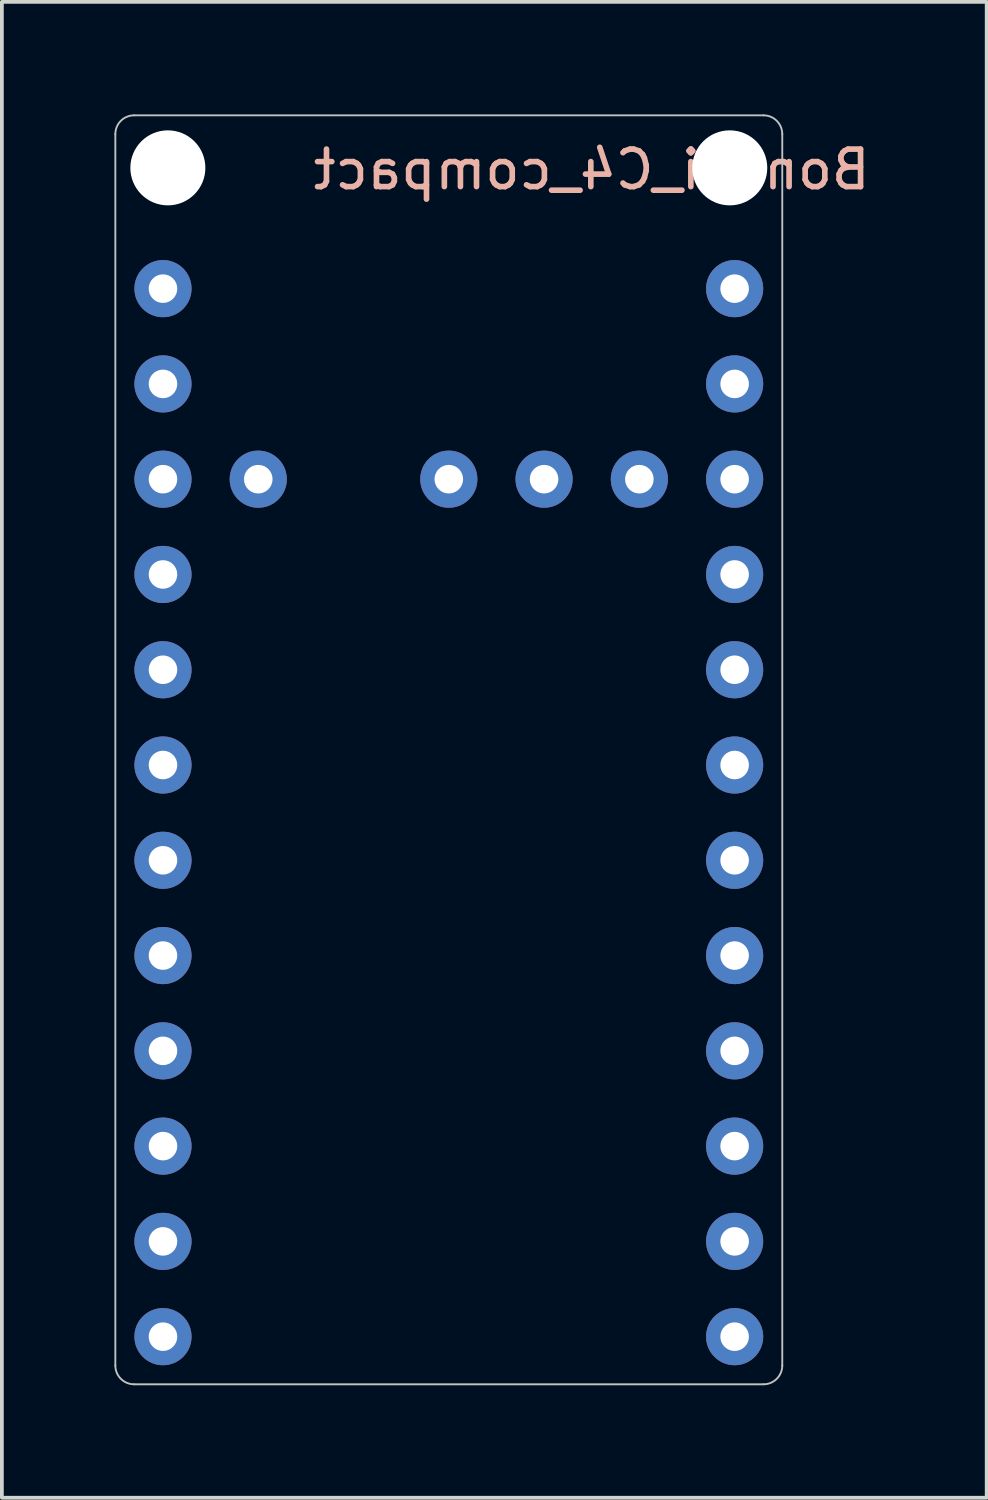
<source format=kicad_pcb>
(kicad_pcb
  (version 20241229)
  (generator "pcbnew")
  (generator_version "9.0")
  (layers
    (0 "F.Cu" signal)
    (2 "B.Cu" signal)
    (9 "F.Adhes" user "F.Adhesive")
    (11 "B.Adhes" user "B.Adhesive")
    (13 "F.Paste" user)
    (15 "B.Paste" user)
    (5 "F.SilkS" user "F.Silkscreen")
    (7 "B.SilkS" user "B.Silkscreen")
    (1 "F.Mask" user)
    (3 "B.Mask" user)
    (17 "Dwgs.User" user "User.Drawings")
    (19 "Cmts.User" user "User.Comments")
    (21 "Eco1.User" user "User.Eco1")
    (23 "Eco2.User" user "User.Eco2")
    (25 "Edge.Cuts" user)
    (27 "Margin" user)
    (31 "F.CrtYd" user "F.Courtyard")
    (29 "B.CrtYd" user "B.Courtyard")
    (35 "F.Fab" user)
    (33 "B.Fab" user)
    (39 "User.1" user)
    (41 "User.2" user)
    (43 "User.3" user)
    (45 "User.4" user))
  (footprint "Bonsai_C4_compact"
    (layer "F.Cu")
    (at 6.375 4.645)
    (property "Reference" "Bonsai_C4_compact" (at 6.35 -3.175 0) (layer "B.SilkS") (effects (font (size 1 1) (thickness 0.15)) (justify mirror)))
    (attr through_hole)
    (fp_line (start -6.35 28.71) (end -6.35 -4.12) (stroke (width 0.05) (type solid)) (layer "Dwgs.User"))
    (fp_line (start -5.85 -4.62) (end 10.93 -4.62) (stroke (width 0.05) (type solid)) (layer "Dwgs.User"))
    (fp_line (start -5.85 29.21) (end 10.93 29.21) (stroke (width 0.05) (type solid)) (layer "Dwgs.User"))
    (fp_line (start 11.43 -4.12) (end 11.43 28.71) (stroke (width 0.05) (type solid)) (layer "Dwgs.User"))
    (fp_arc (start -6.35 -4.12) (mid -6.203553 -4.473553) (end -5.85 -4.62) (stroke (width 0.05) (type solid)) (layer "Dwgs.User"))
    (fp_arc (start -5.85 29.21) (mid -6.203553 29.063553) (end -6.35 28.71) (stroke (width 0.05) (type solid)) (layer "Dwgs.User"))
    (fp_arc (start 10.93 -4.62) (mid 11.283553 -4.473553) (end 11.43 -4.12) (stroke (width 0.05) (type solid)) (layer "Dwgs.User"))
    (fp_arc (start 11.43 28.71) (mid 11.283553 29.063553) (end 10.93 29.21) (stroke (width 0.05) (type solid)) (layer "Dwgs.User"))
    (pad "" np_thru_hole circle (at -4.95 -3.22) (size 2 2) (drill 2) (layers "*.Cu" "*.Mask"))
    (pad "" np_thru_hole circle (at 10.03 -3.22) (size 2 2) (drill 2) (layers "*.Cu" "*.Mask"))
    (pad "1" thru_hole circle (at 10.16 0) (size 1.524 1.524) (drill 0.762) (layers "*.Cu" "*.Mask"))
    (pad "2" thru_hole circle (at 10.16 2.54) (size 1.524 1.524) (drill 0.762) (layers "*.Cu" "*.Mask"))
    (pad "3" thru_hole circle (at 10.16 5.08) (size 1.524 1.524) (drill 0.762) (layers "*.Cu" "*.Mask"))
    (pad "4" thru_hole circle (at 10.16 7.62) (size 1.524 1.524) (drill 0.762) (layers "*.Cu" "*.Mask"))
    (pad "5" thru_hole circle (at 10.16 10.16) (size 1.524 1.524) (drill 0.762) (layers "*.Cu" "*.Mask"))
    (pad "6" thru_hole circle (at 10.16 12.7) (size 1.524 1.524) (drill 0.762) (layers "*.Cu" "*.Mask"))
    (pad "7" thru_hole circle (at 10.16 15.24) (size 1.524 1.524) (drill 0.762) (layers "*.Cu" "*.Mask"))
    (pad "8" thru_hole circle (at 10.16 17.78) (size 1.524 1.524) (drill 0.762) (layers "*.Cu" "*.Mask"))
    (pad "9" thru_hole circle (at 10.16 20.32) (size 1.524 1.524) (drill 0.762) (layers "*.Cu" "*.Mask"))
    (pad "10" thru_hole circle (at 10.16 22.86) (size 1.524 1.524) (drill 0.762) (layers "*.Cu" "*.Mask"))
    (pad "11" thru_hole circle (at 10.16 25.4) (size 1.524 1.524) (drill 0.762) (layers "*.Cu" "*.Mask"))
    (pad "12" thru_hole circle (at 10.16 27.94) (size 1.524 1.524) (drill 0.762) (layers "*.Cu" "*.Mask"))
    (pad "13" thru_hole circle (at 7.62 5.08) (size 1.524 1.524) (drill 0.762) (layers "*.Cu" "*.Mask"))
    (pad "14" thru_hole circle (at 5.08 5.08) (size 1.524 1.524) (drill 0.762) (layers "*.Cu" "*.Mask"))
    (pad "15" thru_hole circle (at 2.54 5.08) (size 1.524 1.524) (drill 0.762) (layers "*.Cu" "*.Mask"))
    (pad "16" thru_hole circle (at -2.54 5.08) (size 1.524 1.524) (drill 0.762) (layers "*.Cu" "*.Mask"))
    (pad "17" thru_hole circle (at -5.08 0) (size 1.524 1.524) (drill 0.762) (layers "*.Cu" "*.Mask"))
    (pad "18" thru_hole circle (at -5.08 2.54) (size 1.524 1.524) (drill 0.762) (layers "*.Cu" "*.Mask"))
    (pad "19" thru_hole circle (at -5.08 5.08) (size 1.524 1.524) (drill 0.762) (layers "*.Cu" "*.Mask"))
    (pad "20" thru_hole circle (at -5.08 7.62) (size 1.524 1.524) (drill 0.762) (layers "*.Cu" "*.Mask"))
    (pad "21" thru_hole circle (at -5.08 10.16) (size 1.524 1.524) (drill 0.762) (layers "*.Cu" "*.Mask"))
    (pad "22" thru_hole circle (at -5.08 12.7) (size 1.524 1.524) (drill 0.762) (layers "*.Cu" "*.Mask"))
    (pad "23" thru_hole circle (at -5.08 15.24) (size 1.524 1.524) (drill 0.762) (layers "*.Cu" "*.Mask"))
    (pad "24" thru_hole circle (at -5.08 20.32) (size 1.524 1.524) (drill 0.762) (layers "*.Cu" "*.Mask"))
    (pad "25" thru_hole circle (at -5.08 17.78) (size 1.524 1.524) (drill 0.762) (layers "*.Cu" "*.Mask"))
    (pad "26" thru_hole circle (at -5.08 22.86) (size 1.524 1.524) (drill 0.762) (layers "*.Cu" "*.Mask"))
    (pad "27" thru_hole circle (at -5.08 25.4) (size 1.524 1.524) (drill 0.762) (layers "*.Cu" "*.Mask"))
    (pad "28" thru_hole circle (at -5.08 27.94) (size 1.524 1.524) (drill 0.762) (layers "*.Cu" "*.Mask")))
  (gr_rect
    (start -3 -3)
    (end 23.255 36.88)
    (stroke (width 0.1) (type default))
    (fill no)
    (layer "Edge.Cuts")))
</source>
